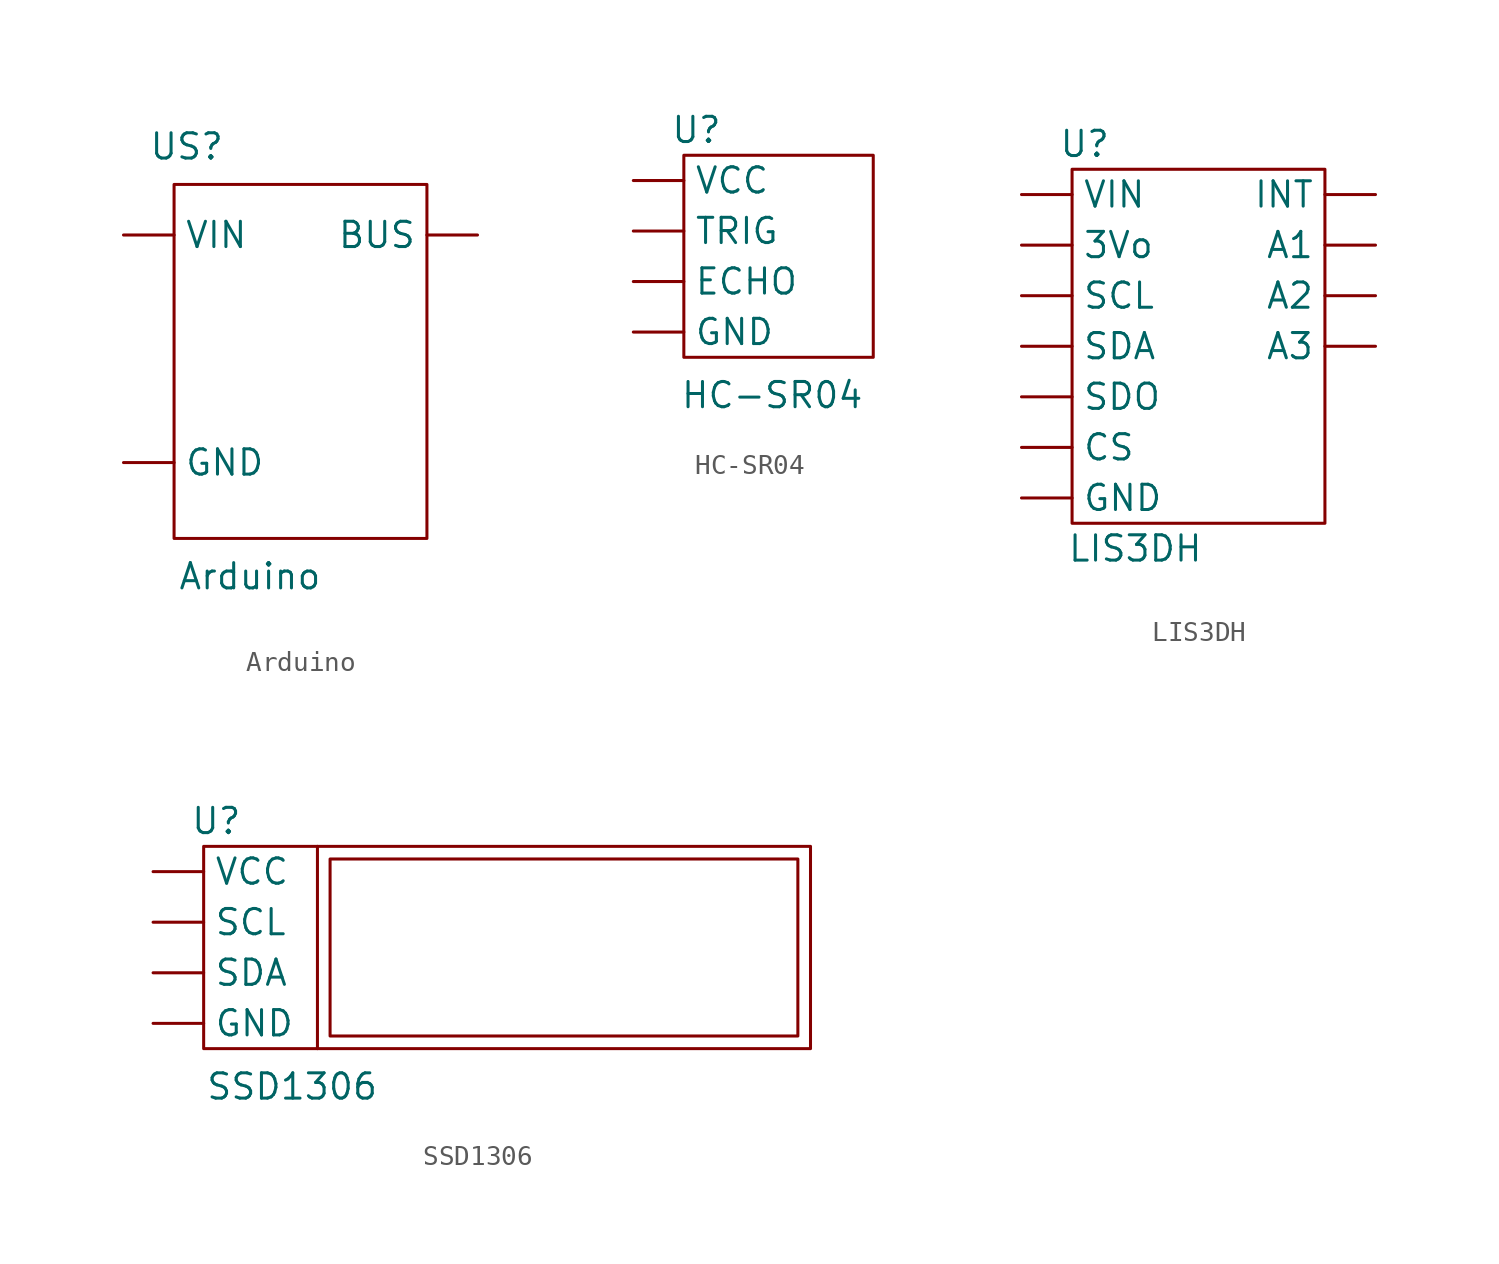
<source format=kicad_sym>
(kicad_symbol_lib
  (version 20211014)
  (generator kicad_symbol_editor)
  (symbol "Arduino"
    (property "Reference" "US"
      (at -5.715 10.795 0)
      (effects (font (size 1.27 1.27))))
    (property "Value" "Arduino"
      (at -2.54 -10.795 0)
      (effects (font (size 1.27 1.27))))
    (symbol "Arduino_0_1"
      (rectangle (start -6.35 -8.89) (end 6.35 8.89) (stroke (width 0) (type default) (color 0 0 0 0)) (fill (type none))))
    (symbol "Arduino_1_1"
      (pin unspecified line (at 8.89 6.35 180) (length 2.54) (name "BUS" (effects (font (size 1.27 1.27)))) (number "" (effects (font (size 1.27 1.27)))))
      (pin unspecified line (at -8.89 -5.08 0) (length 2.54) (name "GND" (effects (font (size 1.27 1.27)))) (number "" (effects (font (size 1.27 1.27)))))
      (pin power_in line (at -8.89 6.35 0) (length 2.54) (name "VIN" (effects (font (size 1.27 1.27)))) (number "" (effects (font (size 1.27 1.27)))))))
  (symbol "HC-SR04"
    (property "Reference" "U"
      (at 0.635 1.27 0)
      (effects (font (size 1.27 1.27))))
    (property "Value" "HC-SR04"
      (at 4.445 -12.065 0)
      (effects (font (size 1.27 1.27))))
    (symbol "HC-SR04_0_1"
      (rectangle (start 0 0) (end 9.525 -10.16) (stroke (width 0) (type default) (color 0 0 0 0)) (fill (type none))))
    (symbol "HC-SR04_1_1"
      (pin bidirectional line (at -2.54 -6.35 0) (length 2.54) (name "ECHO" (effects (font (size 1.27 1.27)))) (number "" (effects (font (size 1.27 1.27)))))
      (pin bidirectional line (at -2.54 -8.89 0) (length 2.54) (name "GND" (effects (font (size 1.27 1.27)))) (number "" (effects (font (size 1.27 1.27)))))
      (pin bidirectional line (at -2.54 -3.81 0) (length 2.54) (name "TRIG" (effects (font (size 1.27 1.27)))) (number "" (effects (font (size 1.27 1.27)))))
      (pin bidirectional line (at -2.54 -1.27 0) (length 2.54) (name "VCC" (effects (font (size 1.27 1.27)))) (number "" (effects (font (size 1.27 1.27)))))))
  (symbol "LIS3DH"
    (property "Reference" "U"
      (at 0.635 1.27 0)
      (effects (font (size 1.27 1.27))))
    (property "Value" "LIS3DH"
      (at 3.175 -19.05 0)
      (effects (font (size 1.27 1.27))))
    (symbol "LIS3DH_0_1"
      (rectangle (start 0 0) (end 12.7 -17.78) (stroke (width 0) (type default) (color 0 0 0 0)) (fill (type none))))
    (symbol "LIS3DH_1_1"
      (pin bidirectional line (at -2.54 -3.81 0) (length 2.54) (name "3Vo" (effects (font (size 1.27 1.27)))) (number "" (effects (font (size 1.27 1.27)))))
      (pin bidirectional line (at 15.24 -3.81 180) (length 2.54) (name "A1" (effects (font (size 1.27 1.27)))) (number "" (effects (font (size 1.27 1.27)))))
      (pin bidirectional line (at 15.24 -6.35 180) (length 2.54) (name "A2" (effects (font (size 1.27 1.27)))) (number "" (effects (font (size 1.27 1.27)))))
      (pin bidirectional line (at 15.24 -8.89 180) (length 2.54) (name "A3" (effects (font (size 1.27 1.27)))) (number "" (effects (font (size 1.27 1.27)))))
      (pin bidirectional line (at -2.54 -13.97 0) (length 2.54) (name "CS" (effects (font (size 1.27 1.27)))) (number "" (effects (font (size 1.27 1.27)))))
      (pin bidirectional line (at -2.54 -16.51 0) (length 2.54) (name "GND" (effects (font (size 1.27 1.27)))) (number "" (effects (font (size 1.27 1.27)))))
      (pin bidirectional line (at 15.24 -1.27 180) (length 2.54) (name "INT" (effects (font (size 1.27 1.27)))) (number "" (effects (font (size 1.27 1.27)))))
      (pin bidirectional line (at -2.54 -6.35 0) (length 2.54) (name "SCL" (effects (font (size 1.27 1.27)))) (number "" (effects (font (size 1.27 1.27)))))
      (pin bidirectional line (at -2.54 -8.89 0) (length 2.54) (name "SDA" (effects (font (size 1.27 1.27)))) (number "" (effects (font (size 1.27 1.27)))))
      (pin bidirectional line (at -2.54 -11.43 0) (length 2.54) (name "SDO" (effects (font (size 1.27 1.27)))) (number "" (effects (font (size 1.27 1.27)))))
      (pin bidirectional line (at -2.54 -1.27 0) (length 2.54) (name "VIN" (effects (font (size 1.27 1.27)))) (number "" (effects (font (size 1.27 1.27)))))))
  (symbol "SSD1306"
    (property "Reference" "U"
      (at 0.635 1.27 0)
      (effects (font (size 1.27 1.27))))
    (property "Value" "SSD1306"
      (at 4.445 -12.065 0)
      (effects (font (size 1.27 1.27))))
    (symbol "SSD1306_0_1"
      (polyline (pts (xy 5.715 -10.16) (xy 5.715 0)) (stroke (width 0) (type default) (color 0 0 0 0)) (fill (type none)))
      (rectangle (start 0 0) (end 30.48 -10.16) (stroke (width 0) (type default) (color 0 0 0 0)) (fill (type none)))
      (rectangle (start 6.35 -0.635) (end 29.845 -9.525) (stroke (width 0) (type default) (color 0 0 0 0)) (fill (type none))))
    (symbol "SSD1306_1_1"
      (pin bidirectional line (at -2.54 -8.89 0) (length 2.54) (name "GND" (effects (font (size 1.27 1.27)))) (number "" (effects (font (size 1.27 1.27)))))
      (pin bidirectional line (at -2.54 -3.81 0) (length 2.54) (name "SCL" (effects (font (size 1.27 1.27)))) (number "" (effects (font (size 1.27 1.27)))))
      (pin bidirectional line (at -2.54 -6.35 0) (length 2.54) (name "SDA" (effects (font (size 1.27 1.27)))) (number "" (effects (font (size 1.27 1.27)))))
      (pin bidirectional line (at -2.54 -1.27 0) (length 2.54) (name "VCC" (effects (font (size 1.27 1.27)))) (number "" (effects (font (size 1.27 1.27))))))))
</source>
